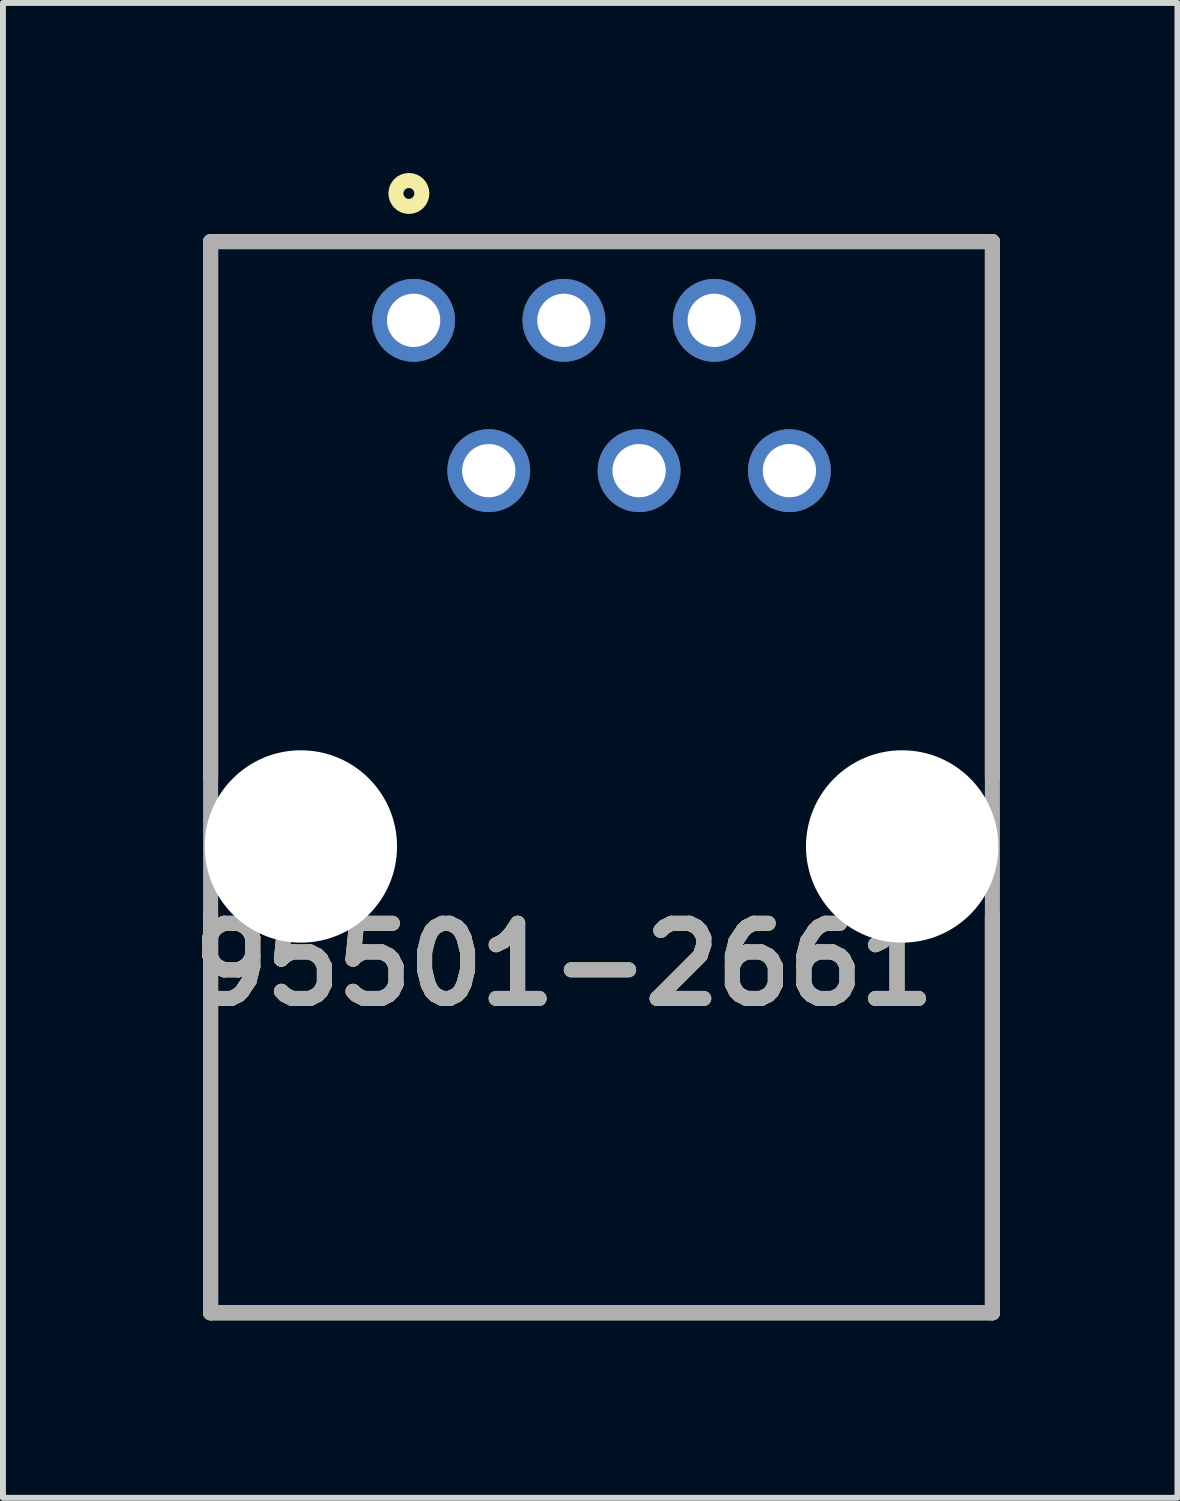
<source format=kicad_pcb>
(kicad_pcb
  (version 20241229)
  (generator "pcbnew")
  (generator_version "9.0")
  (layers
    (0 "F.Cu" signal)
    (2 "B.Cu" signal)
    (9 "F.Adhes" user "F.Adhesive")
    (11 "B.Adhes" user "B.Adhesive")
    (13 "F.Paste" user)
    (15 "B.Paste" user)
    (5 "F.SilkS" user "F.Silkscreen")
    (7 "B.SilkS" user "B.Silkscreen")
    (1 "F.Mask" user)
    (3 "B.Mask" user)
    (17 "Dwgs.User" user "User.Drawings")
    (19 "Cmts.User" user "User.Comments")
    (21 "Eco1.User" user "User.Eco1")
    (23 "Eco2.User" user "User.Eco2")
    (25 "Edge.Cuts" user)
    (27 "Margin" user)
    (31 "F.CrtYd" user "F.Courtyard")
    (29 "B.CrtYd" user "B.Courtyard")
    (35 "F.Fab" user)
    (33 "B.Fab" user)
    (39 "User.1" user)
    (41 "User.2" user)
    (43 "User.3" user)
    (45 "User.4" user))
  (footprint "95501-2661"
    (layer "F.Cu")
    (at 12.194 11.253)
    (property "Reference" "95501-2661" (at -5.711 1.994 0) (layer "F.SilkS") (effects (font (size 1.27 1.27) (thickness 0.254))))
    (attr through_hole)
    (fp_line (start -11.685 -10.22) (end -11.685 -1.17) (stroke (width 0.254) (type solid)) (layer "F.SilkS"))
    (fp_line (start -11.685 -10.22) (end 1.525 -10.22) (stroke (width 0.254) (type solid)) (layer "F.SilkS"))
    (fp_line (start -11.685 7.88) (end -11.685 1.17) (stroke (width 0.254) (type solid)) (layer "F.SilkS"))
    (fp_line (start 1.525 -10.22) (end 1.525 -1.17) (stroke (width 0.254) (type solid)) (layer "F.SilkS"))
    (fp_line (start 1.525 7.88) (end -11.685 7.88) (stroke (width 0.254) (type solid)) (layer "F.SilkS"))
    (fp_line (start 1.525 7.88) (end 1.525 1.17) (stroke (width 0.254) (type solid)) (layer "F.SilkS"))
    (fp_circle (center -8.335 -11.034) (end -8.335 -10.942) (stroke (width 0.254) (type solid)) (fill no) (layer "F.SilkS"))
    (fp_line (start -11.685 -10.22) (end 1.525 -10.22) (stroke (width 0.254) (type solid)) (layer "F.Fab"))
    (fp_line (start -11.685 7.88) (end -11.685 -10.22) (stroke (width 0.254) (type solid)) (layer "F.Fab"))
    (fp_line (start 1.525 -10.22) (end 1.525 7.88) (stroke (width 0.254) (type solid)) (layer "F.Fab"))
    (fp_line (start 1.525 7.88) (end -11.685 7.88) (stroke (width 0.254) (type solid)) (layer "F.Fab"))
    (fp_text user "${REFERENCE}" (at -5.711 1.994 0) (layer "F.Fab") (effects (font (size 1.27 1.27) (thickness 0.254))))
    (pad "" np_thru_hole circle (at -10.16 0) (size 3.25 3.25) (drill 3.25) (layers "*.Cu" "*.Mask"))
    (pad "" np_thru_hole circle (at 0 0) (size 3.25 3.25) (drill 3.25) (layers "*.Cu" "*.Mask"))
    (pad "1" thru_hole circle (at -8.255 -8.89) (size 1.4 1.4) (drill 0.9) (layers "*.Cu" "*.Mask"))
    (pad "2" thru_hole circle (at -6.985 -6.35) (size 1.4 1.4) (drill 0.9) (layers "*.Cu" "*.Mask"))
    (pad "3" thru_hole circle (at -5.715 -8.89) (size 1.4 1.4) (drill 0.9) (layers "*.Cu" "*.Mask"))
    (pad "4" thru_hole circle (at -4.445 -6.35) (size 1.4 1.4) (drill 0.9) (layers "*.Cu" "*.Mask"))
    (pad "5" thru_hole circle (at -3.175 -8.89) (size 1.4 1.4) (drill 0.9) (layers "*.Cu" "*.Mask"))
    (pad "6" thru_hole circle (at -1.905 -6.35) (size 1.4 1.4) (drill 0.9) (layers "*.Cu" "*.Mask")))
  (gr_rect
    (start -3 -3)
    (end 16.846 22.26)
    (stroke (width 0.1) (type default))
    (fill no)
    (layer "Edge.Cuts")))
</source>
